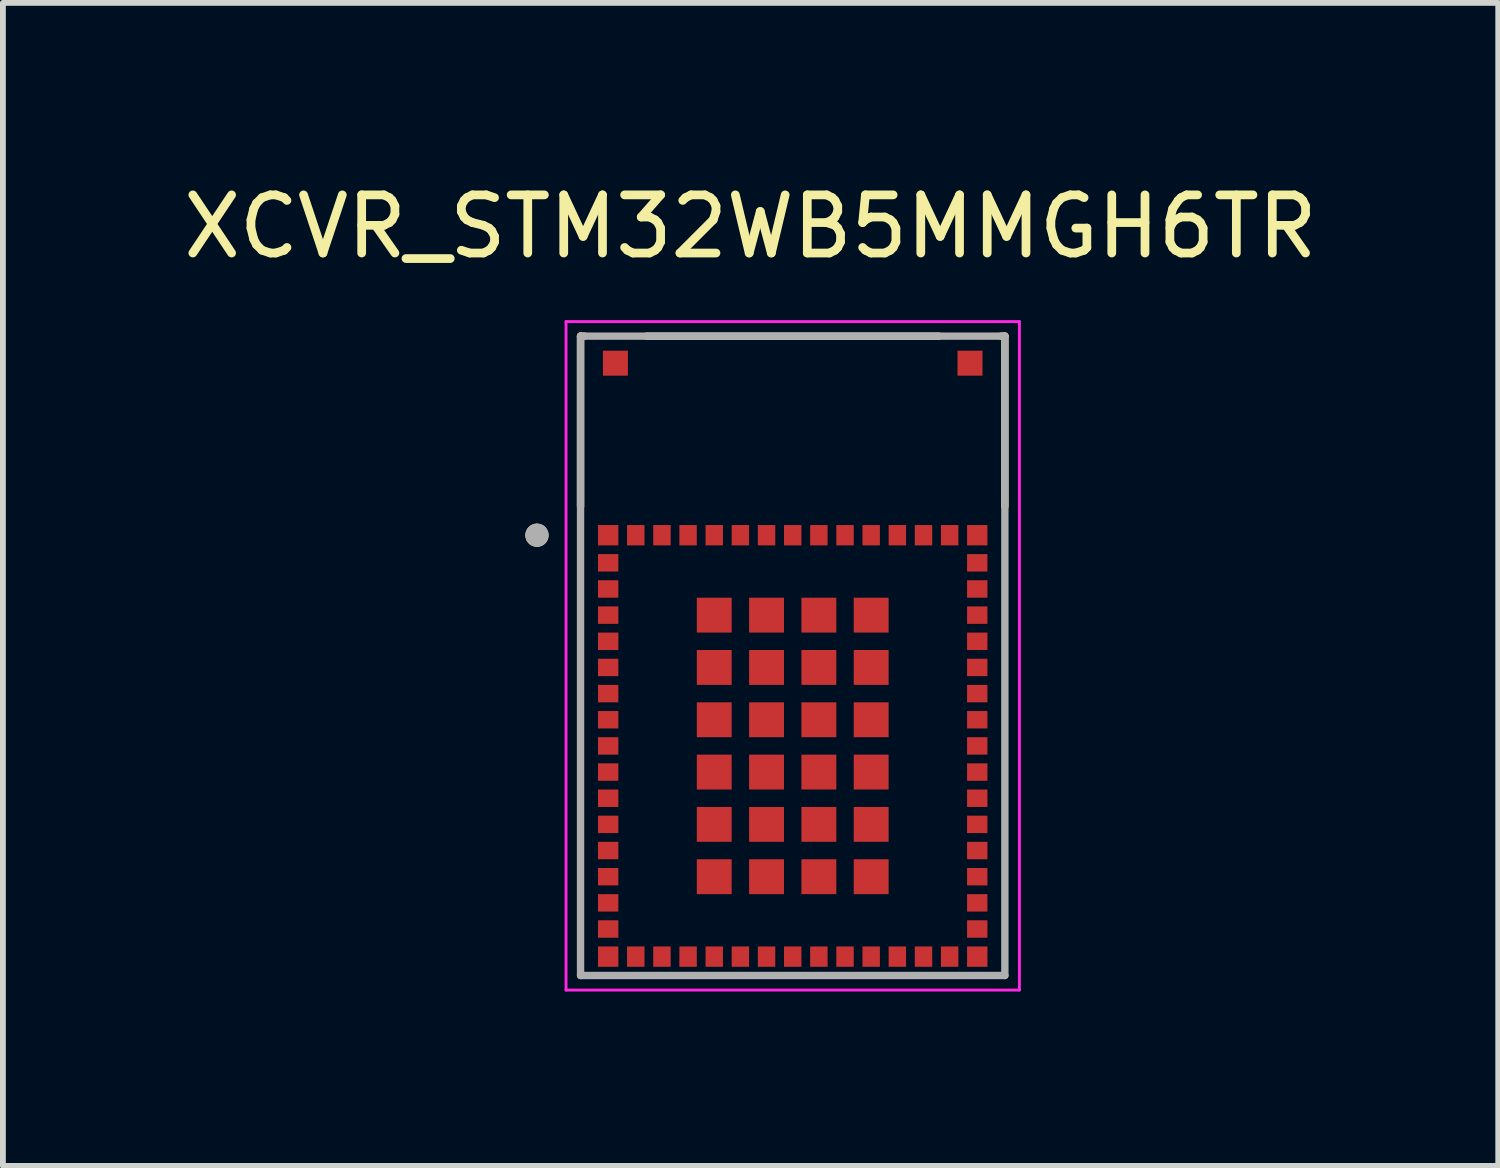
<source format=kicad_pcb>
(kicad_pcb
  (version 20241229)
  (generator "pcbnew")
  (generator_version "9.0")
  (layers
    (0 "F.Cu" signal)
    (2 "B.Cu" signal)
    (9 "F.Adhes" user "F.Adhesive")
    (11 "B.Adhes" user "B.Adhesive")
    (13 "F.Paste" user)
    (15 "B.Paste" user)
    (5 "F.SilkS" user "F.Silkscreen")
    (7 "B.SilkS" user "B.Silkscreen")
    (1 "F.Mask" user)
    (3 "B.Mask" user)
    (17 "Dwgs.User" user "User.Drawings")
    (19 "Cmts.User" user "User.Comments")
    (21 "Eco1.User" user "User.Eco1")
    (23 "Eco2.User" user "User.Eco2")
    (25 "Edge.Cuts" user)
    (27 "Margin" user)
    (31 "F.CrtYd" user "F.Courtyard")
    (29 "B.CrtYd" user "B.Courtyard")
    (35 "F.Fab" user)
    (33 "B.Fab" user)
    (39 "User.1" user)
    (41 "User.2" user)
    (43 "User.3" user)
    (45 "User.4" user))
  (footprint "XCVR_STM32WB5MMGH6TR"
    (layer "F.Cu")
    (at 10.588 8.233)
    (property "Reference" "XCVR_STM32WB5MMGH6TR" (at -0.725 -7.385 0) (layer "F.SilkS") (effects (font (size 1 1) (thickness 0.15))))
    (attr smd)
    (fp_poly (pts (xy -3.4 -2.3) (xy -2.95 -2.3) (xy -2.95 -1.85) (xy -3.4 -1.85)) (stroke (width 0.01) (type solid)) (fill yes) (layer "F.Mask"))
    (fp_poly (pts (xy -3.4 -1.8) (xy -2.95 -1.8) (xy -2.95 -1.4) (xy -3.4 -1.4)) (stroke (width 0.01) (type solid)) (fill yes) (layer "F.Mask"))
    (fp_poly (pts (xy -3.4 -1.35) (xy -2.95 -1.35) (xy -2.95 -0.95) (xy -3.4 -0.95)) (stroke (width 0.01) (type solid)) (fill yes) (layer "F.Mask"))
    (fp_poly (pts (xy -3.4 -0.9) (xy -2.95 -0.9) (xy -2.95 -0.5) (xy -3.4 -0.5)) (stroke (width 0.01) (type solid)) (fill yes) (layer "F.Mask"))
    (fp_poly (pts (xy -3.4 -0.45) (xy -2.95 -0.45) (xy -2.95 -0.05) (xy -3.4 -0.05)) (stroke (width 0.01) (type solid)) (fill yes) (layer "F.Mask"))
    (fp_poly (pts (xy -3.4 0) (xy -2.95 0) (xy -2.95 0.4) (xy -3.4 0.4)) (stroke (width 0.01) (type solid)) (fill yes) (layer "F.Mask"))
    (fp_poly (pts (xy -3.4 0.45) (xy -2.95 0.45) (xy -2.95 0.85) (xy -3.4 0.85)) (stroke (width 0.01) (type solid)) (fill yes) (layer "F.Mask"))
    (fp_poly (pts (xy -3.4 0.9) (xy -2.95 0.9) (xy -2.95 1.3) (xy -3.4 1.3)) (stroke (width 0.01) (type solid)) (fill yes) (layer "F.Mask"))
    (fp_poly (pts (xy -3.4 1.35) (xy -2.95 1.35) (xy -2.95 1.75) (xy -3.4 1.75)) (stroke (width 0.01) (type solid)) (fill yes) (layer "F.Mask"))
    (fp_poly (pts (xy -3.4 1.8) (xy -2.95 1.8) (xy -2.95 2.2) (xy -3.4 2.2)) (stroke (width 0.01) (type solid)) (fill yes) (layer "F.Mask"))
    (fp_poly (pts (xy -3.4 2.25) (xy -2.95 2.25) (xy -2.95 2.65) (xy -3.4 2.65)) (stroke (width 0.01) (type solid)) (fill yes) (layer "F.Mask"))
    (fp_poly (pts (xy -3.4 2.7) (xy -2.95 2.7) (xy -2.95 3.1) (xy -3.4 3.1)) (stroke (width 0.01) (type solid)) (fill yes) (layer "F.Mask"))
    (fp_poly (pts (xy -3.4 3.15) (xy -2.95 3.15) (xy -2.95 3.55) (xy -3.4 3.55)) (stroke (width 0.01) (type solid)) (fill yes) (layer "F.Mask"))
    (fp_poly (pts (xy -3.4 3.6) (xy -2.95 3.6) (xy -2.95 4) (xy -3.4 4)) (stroke (width 0.01) (type solid)) (fill yes) (layer "F.Mask"))
    (fp_poly (pts (xy -3.4 4.05) (xy -2.95 4.05) (xy -2.95 4.45) (xy -3.4 4.45)) (stroke (width 0.01) (type solid)) (fill yes) (layer "F.Mask"))
    (fp_poly (pts (xy -3.4 4.5) (xy -2.95 4.5) (xy -2.95 4.9) (xy -3.4 4.9)) (stroke (width 0.01) (type solid)) (fill yes) (layer "F.Mask"))
    (fp_poly (pts (xy -3.4 4.95) (xy -2.95 4.95) (xy -2.95 5.4) (xy -3.4 5.4)) (stroke (width 0.01) (type solid)) (fill yes) (layer "F.Mask"))
    (fp_poly (pts (xy -3.315 -5.3) (xy -2.785 -5.3) (xy -2.785 -4.77) (xy -3.315 -4.77)) (stroke (width 0.01) (type solid)) (fill yes) (layer "F.Mask"))
    (fp_poly (pts (xy -2.9 -2.3) (xy -2.5 -2.3) (xy -2.5 -1.85) (xy -2.9 -1.85)) (stroke (width 0.01) (type solid)) (fill yes) (layer "F.Mask"))
    (fp_poly (pts (xy -2.9 4.95) (xy -2.5 4.95) (xy -2.5 5.4) (xy -2.9 5.4)) (stroke (width 0.01) (type solid)) (fill yes) (layer "F.Mask"))
    (fp_poly (pts (xy -2.45 -2.3) (xy -2.05 -2.3) (xy -2.05 -1.85) (xy -2.45 -1.85)) (stroke (width 0.01) (type solid)) (fill yes) (layer "F.Mask"))
    (fp_poly (pts (xy -2.45 4.95) (xy -2.05 4.95) (xy -2.05 5.4) (xy -2.45 5.4)) (stroke (width 0.01) (type solid)) (fill yes) (layer "F.Mask"))
    (fp_poly (pts (xy -2 -2.3) (xy -1.6 -2.3) (xy -1.6 -1.85) (xy -2 -1.85)) (stroke (width 0.01) (type solid)) (fill yes) (layer "F.Mask"))
    (fp_poly (pts (xy -2 4.95) (xy -1.6 4.95) (xy -1.6 5.4) (xy -2 5.4)) (stroke (width 0.01) (type solid)) (fill yes) (layer "F.Mask"))
    (fp_poly (pts (xy -1.7 -1.05) (xy -1 -1.05) (xy -1 -0.35) (xy -1.7 -0.35)) (stroke (width 0.01) (type solid)) (fill yes) (layer "F.Mask"))
    (fp_poly (pts (xy -1.7 -0.15) (xy -1 -0.15) (xy -1 0.55) (xy -1.7 0.55)) (stroke (width 0.01) (type solid)) (fill yes) (layer "F.Mask"))
    (fp_poly (pts (xy -1.7 0.75) (xy -1 0.75) (xy -1 1.45) (xy -1.7 1.45)) (stroke (width 0.01) (type solid)) (fill yes) (layer "F.Mask"))
    (fp_poly (pts (xy -1.7 1.65) (xy -1 1.65) (xy -1 2.35) (xy -1.7 2.35)) (stroke (width 0.01) (type solid)) (fill yes) (layer "F.Mask"))
    (fp_poly (pts (xy -1.7 2.55) (xy -1 2.55) (xy -1 3.25) (xy -1.7 3.25)) (stroke (width 0.01) (type solid)) (fill yes) (layer "F.Mask"))
    (fp_poly (pts (xy -1.7 3.45) (xy -1 3.45) (xy -1 4.15) (xy -1.7 4.15)) (stroke (width 0.01) (type solid)) (fill yes) (layer "F.Mask"))
    (fp_poly (pts (xy -1.55 -2.3) (xy -1.15 -2.3) (xy -1.15 -1.85) (xy -1.55 -1.85)) (stroke (width 0.01) (type solid)) (fill yes) (layer "F.Mask"))
    (fp_poly (pts (xy -1.55 4.95) (xy -1.15 4.95) (xy -1.15 5.4) (xy -1.55 5.4)) (stroke (width 0.01) (type solid)) (fill yes) (layer "F.Mask"))
    (fp_poly (pts (xy -1.1 -2.3) (xy -0.7 -2.3) (xy -0.7 -1.85) (xy -1.1 -1.85)) (stroke (width 0.01) (type solid)) (fill yes) (layer "F.Mask"))
    (fp_poly (pts (xy -1.1 4.95) (xy -0.7 4.95) (xy -0.7 5.4) (xy -1.1 5.4)) (stroke (width 0.01) (type solid)) (fill yes) (layer "F.Mask"))
    (fp_poly (pts (xy -0.8 -1.05) (xy -0.1 -1.05) (xy -0.1 -0.35) (xy -0.8 -0.35)) (stroke (width 0.01) (type solid)) (fill yes) (layer "F.Mask"))
    (fp_poly (pts (xy -0.8 -0.15) (xy -0.1 -0.15) (xy -0.1 0.55) (xy -0.8 0.55)) (stroke (width 0.01) (type solid)) (fill yes) (layer "F.Mask"))
    (fp_poly (pts (xy -0.8 0.75) (xy -0.1 0.75) (xy -0.1 1.45) (xy -0.8 1.45)) (stroke (width 0.01) (type solid)) (fill yes) (layer "F.Mask"))
    (fp_poly (pts (xy -0.8 1.65) (xy -0.1 1.65) (xy -0.1 2.35) (xy -0.8 2.35)) (stroke (width 0.01) (type solid)) (fill yes) (layer "F.Mask"))
    (fp_poly (pts (xy -0.8 2.55) (xy -0.1 2.55) (xy -0.1 3.25) (xy -0.8 3.25)) (stroke (width 0.01) (type solid)) (fill yes) (layer "F.Mask"))
    (fp_poly (pts (xy -0.8 3.45) (xy -0.1 3.45) (xy -0.1 4.15) (xy -0.8 4.15)) (stroke (width 0.01) (type solid)) (fill yes) (layer "F.Mask"))
    (fp_poly (pts (xy -0.65 -2.3) (xy -0.25 -2.3) (xy -0.25 -1.85) (xy -0.65 -1.85)) (stroke (width 0.01) (type solid)) (fill yes) (layer "F.Mask"))
    (fp_poly (pts (xy -0.65 4.95) (xy -0.25 4.95) (xy -0.25 5.4) (xy -0.65 5.4)) (stroke (width 0.01) (type solid)) (fill yes) (layer "F.Mask"))
    (fp_poly (pts (xy -0.2 -2.3) (xy 0.2 -2.3) (xy 0.2 -1.85) (xy -0.2 -1.85)) (stroke (width 0.01) (type solid)) (fill yes) (layer "F.Mask"))
    (fp_poly (pts (xy -0.2 4.95) (xy 0.2 4.95) (xy 0.2 5.4) (xy -0.2 5.4)) (stroke (width 0.01) (type solid)) (fill yes) (layer "F.Mask"))
    (fp_poly (pts (xy 0.1 -1.05) (xy 0.8 -1.05) (xy 0.8 -0.35) (xy 0.1 -0.35)) (stroke (width 0.01) (type solid)) (fill yes) (layer "F.Mask"))
    (fp_poly (pts (xy 0.1 -0.15) (xy 0.8 -0.15) (xy 0.8 0.55) (xy 0.1 0.55)) (stroke (width 0.01) (type solid)) (fill yes) (layer "F.Mask"))
    (fp_poly (pts (xy 0.1 0.75) (xy 0.8 0.75) (xy 0.8 1.45) (xy 0.1 1.45)) (stroke (width 0.01) (type solid)) (fill yes) (layer "F.Mask"))
    (fp_poly (pts (xy 0.1 1.65) (xy 0.8 1.65) (xy 0.8 2.35) (xy 0.1 2.35)) (stroke (width 0.01) (type solid)) (fill yes) (layer "F.Mask"))
    (fp_poly (pts (xy 0.1 2.55) (xy 0.8 2.55) (xy 0.8 3.25) (xy 0.1 3.25)) (stroke (width 0.01) (type solid)) (fill yes) (layer "F.Mask"))
    (fp_poly (pts (xy 0.1 3.45) (xy 0.8 3.45) (xy 0.8 4.15) (xy 0.1 4.15)) (stroke (width 0.01) (type solid)) (fill yes) (layer "F.Mask"))
    (fp_poly (pts (xy 0.25 -2.3) (xy 0.65 -2.3) (xy 0.65 -1.85) (xy 0.25 -1.85)) (stroke (width 0.01) (type solid)) (fill yes) (layer "F.Mask"))
    (fp_poly (pts (xy 0.25 4.95) (xy 0.65 4.95) (xy 0.65 5.4) (xy 0.25 5.4)) (stroke (width 0.01) (type solid)) (fill yes) (layer "F.Mask"))
    (fp_poly (pts (xy 0.7 -2.3) (xy 1.1 -2.3) (xy 1.1 -1.85) (xy 0.7 -1.85)) (stroke (width 0.01) (type solid)) (fill yes) (layer "F.Mask"))
    (fp_poly (pts (xy 0.7 4.95) (xy 1.1 4.95) (xy 1.1 5.4) (xy 0.7 5.4)) (stroke (width 0.01) (type solid)) (fill yes) (layer "F.Mask"))
    (fp_poly (pts (xy 1 -1.05) (xy 1.7 -1.05) (xy 1.7 -0.35) (xy 1 -0.35)) (stroke (width 0.01) (type solid)) (fill yes) (layer "F.Mask"))
    (fp_poly (pts (xy 1 -0.15) (xy 1.7 -0.15) (xy 1.7 0.55) (xy 1 0.55)) (stroke (width 0.01) (type solid)) (fill yes) (layer "F.Mask"))
    (fp_poly (pts (xy 1 0.75) (xy 1.7 0.75) (xy 1.7 1.45) (xy 1 1.45)) (stroke (width 0.01) (type solid)) (fill yes) (layer "F.Mask"))
    (fp_poly (pts (xy 1 1.65) (xy 1.7 1.65) (xy 1.7 2.35) (xy 1 2.35)) (stroke (width 0.01) (type solid)) (fill yes) (layer "F.Mask"))
    (fp_poly (pts (xy 1 2.55) (xy 1.7 2.55) (xy 1.7 3.25) (xy 1 3.25)) (stroke (width 0.01) (type solid)) (fill yes) (layer "F.Mask"))
    (fp_poly (pts (xy 1 3.45) (xy 1.7 3.45) (xy 1.7 4.15) (xy 1 4.15)) (stroke (width 0.01) (type solid)) (fill yes) (layer "F.Mask"))
    (fp_poly (pts (xy 1.15 -2.3) (xy 1.55 -2.3) (xy 1.55 -1.85) (xy 1.15 -1.85)) (stroke (width 0.01) (type solid)) (fill yes) (layer "F.Mask"))
    (fp_poly (pts (xy 1.15 4.95) (xy 1.55 4.95) (xy 1.55 5.4) (xy 1.15 5.4)) (stroke (width 0.01) (type solid)) (fill yes) (layer "F.Mask"))
    (fp_poly (pts (xy 1.6 -2.3) (xy 2 -2.3) (xy 2 -1.85) (xy 1.6 -1.85)) (stroke (width 0.01) (type solid)) (fill yes) (layer "F.Mask"))
    (fp_poly (pts (xy 1.6 4.95) (xy 2 4.95) (xy 2 5.4) (xy 1.6 5.4)) (stroke (width 0.01) (type solid)) (fill yes) (layer "F.Mask"))
    (fp_poly (pts (xy 2.05 -2.3) (xy 2.45 -2.3) (xy 2.45 -1.85) (xy 2.05 -1.85)) (stroke (width 0.01) (type solid)) (fill yes) (layer "F.Mask"))
    (fp_poly (pts (xy 2.05 4.95) (xy 2.45 4.95) (xy 2.45 5.4) (xy 2.05 5.4)) (stroke (width 0.01) (type solid)) (fill yes) (layer "F.Mask"))
    (fp_poly (pts (xy 2.5 -2.3) (xy 2.9 -2.3) (xy 2.9 -1.85) (xy 2.5 -1.85)) (stroke (width 0.01) (type solid)) (fill yes) (layer "F.Mask"))
    (fp_poly (pts (xy 2.5 4.95) (xy 2.9 4.95) (xy 2.9 5.4) (xy 2.5 5.4)) (stroke (width 0.01) (type solid)) (fill yes) (layer "F.Mask"))
    (fp_poly (pts (xy 2.785 -5.3) (xy 3.315 -5.3) (xy 3.315 -4.77) (xy 2.785 -4.77)) (stroke (width 0.01) (type solid)) (fill yes) (layer "F.Mask"))
    (fp_poly (pts (xy 2.95 -2.3) (xy 3.4 -2.3) (xy 3.4 -1.85) (xy 2.95 -1.85)) (stroke (width 0.01) (type solid)) (fill yes) (layer "F.Mask"))
    (fp_poly (pts (xy 2.95 -1.8) (xy 3.4 -1.8) (xy 3.4 -1.4) (xy 2.95 -1.4)) (stroke (width 0.01) (type solid)) (fill yes) (layer "F.Mask"))
    (fp_poly (pts (xy 2.95 -1.35) (xy 3.4 -1.35) (xy 3.4 -0.95) (xy 2.95 -0.95)) (stroke (width 0.01) (type solid)) (fill yes) (layer "F.Mask"))
    (fp_poly (pts (xy 2.95 -0.9) (xy 3.4 -0.9) (xy 3.4 -0.5) (xy 2.95 -0.5)) (stroke (width 0.01) (type solid)) (fill yes) (layer "F.Mask"))
    (fp_poly (pts (xy 2.95 -0.45) (xy 3.4 -0.45) (xy 3.4 -0.05) (xy 2.95 -0.05)) (stroke (width 0.01) (type solid)) (fill yes) (layer "F.Mask"))
    (fp_poly (pts (xy 2.95 0) (xy 3.4 0) (xy 3.4 0.4) (xy 2.95 0.4)) (stroke (width 0.01) (type solid)) (fill yes) (layer "F.Mask"))
    (fp_poly (pts (xy 2.95 0.45) (xy 3.4 0.45) (xy 3.4 0.85) (xy 2.95 0.85)) (stroke (width 0.01) (type solid)) (fill yes) (layer "F.Mask"))
    (fp_poly (pts (xy 2.95 0.9) (xy 3.4 0.9) (xy 3.4 1.3) (xy 2.95 1.3)) (stroke (width 0.01) (type solid)) (fill yes) (layer "F.Mask"))
    (fp_poly (pts (xy 2.95 1.35) (xy 3.4 1.35) (xy 3.4 1.75) (xy 2.95 1.75)) (stroke (width 0.01) (type solid)) (fill yes) (layer "F.Mask"))
    (fp_poly (pts (xy 2.95 1.8) (xy 3.4 1.8) (xy 3.4 2.2) (xy 2.95 2.2)) (stroke (width 0.01) (type solid)) (fill yes) (layer "F.Mask"))
    (fp_poly (pts (xy 2.95 2.25) (xy 3.4 2.25) (xy 3.4 2.65) (xy 2.95 2.65)) (stroke (width 0.01) (type solid)) (fill yes) (layer "F.Mask"))
    (fp_poly (pts (xy 2.95 2.7) (xy 3.4 2.7) (xy 3.4 3.1) (xy 2.95 3.1)) (stroke (width 0.01) (type solid)) (fill yes) (layer "F.Mask"))
    (fp_poly (pts (xy 2.95 3.15) (xy 3.4 3.15) (xy 3.4 3.55) (xy 2.95 3.55)) (stroke (width 0.01) (type solid)) (fill yes) (layer "F.Mask"))
    (fp_poly (pts (xy 2.95 3.6) (xy 3.4 3.6) (xy 3.4 4) (xy 2.95 4)) (stroke (width 0.01) (type solid)) (fill yes) (layer "F.Mask"))
    (fp_poly (pts (xy 2.95 4.05) (xy 3.4 4.05) (xy 3.4 4.45) (xy 2.95 4.45)) (stroke (width 0.01) (type solid)) (fill yes) (layer "F.Mask"))
    (fp_poly (pts (xy 2.95 4.5) (xy 3.4 4.5) (xy 3.4 4.9) (xy 2.95 4.9)) (stroke (width 0.01) (type solid)) (fill yes) (layer "F.Mask"))
    (fp_poly (pts (xy 2.95 4.95) (xy 3.4 4.95) (xy 3.4 5.4) (xy 2.95 5.4)) (stroke (width 0.01) (type solid)) (fill yes) (layer "F.Mask"))
    (fp_line (start -3.65 -5.5) (end -3.65 -2.57) (stroke (width 0.127) (type solid)) (layer "F.SilkS"))
    (fp_line (start -3.65 -5.5) (end -3.585 -5.5) (stroke (width 0.127) (type solid)) (layer "F.SilkS"))
    (fp_line (start -2.515 -5.5) (end 2.515 -5.5) (stroke (width 0.127) (type solid)) (layer "F.SilkS"))
    (fp_line (start 3.585 -5.5) (end 3.65 -5.5) (stroke (width 0.127) (type solid)) (layer "F.SilkS"))
    (fp_line (start 3.65 -5.5) (end 3.65 -2.57) (stroke (width 0.127) (type solid)) (layer "F.SilkS"))
    (fp_circle (center -4.4 -2.075) (end -4.3 -2.075) (stroke (width 0.2) (type solid)) (fill no) (layer "F.SilkS"))
    (fp_line (start -3.9 -5.75) (end -3.9 5.75) (stroke (width 0.05) (type solid)) (layer "F.CrtYd"))
    (fp_line (start -3.9 5.75) (end 3.9 5.75) (stroke (width 0.05) (type solid)) (layer "F.CrtYd"))
    (fp_line (start 3.9 -5.75) (end -3.9 -5.75) (stroke (width 0.05) (type solid)) (layer "F.CrtYd"))
    (fp_line (start 3.9 5.75) (end 3.9 -5.75) (stroke (width 0.05) (type solid)) (layer "F.CrtYd"))
    (fp_line (start -3.65 -5.5) (end -3.65 5.5) (stroke (width 0.127) (type solid)) (layer "F.Fab"))
    (fp_line (start -3.65 -5.5) (end 3.65 -5.5) (stroke (width 0.127) (type solid)) (layer "F.Fab"))
    (fp_line (start -3.65 5.5) (end 3.65 5.5) (stroke (width 0.127) (type solid)) (layer "F.Fab"))
    (fp_line (start 3.65 -5.5) (end 3.65 5.5) (stroke (width 0.127) (type solid)) (layer "F.Fab"))
    (fp_circle (center -4.4 -2.075) (end -4.3 -2.075) (stroke (width 0.2) (type solid)) (fill no) (layer "F.Fab"))
    (pad "1" smd rect (at -3.175 -2.075) (size 0.35 0.35) (layers "F.Cu" "F.Paste"))
    (pad "2" smd rect (at -3.175 -1.6) (size 0.35 0.3) (layers "F.Cu" "F.Paste"))
    (pad "3" smd rect (at -3.175 -1.15) (size 0.35 0.3) (layers "F.Cu" "F.Paste"))
    (pad "4" smd rect (at -3.175 -0.7) (size 0.35 0.3) (layers "F.Cu" "F.Paste"))
    (pad "5" smd rect (at -3.175 -0.25) (size 0.35 0.3) (layers "F.Cu" "F.Paste"))
    (pad "6" smd rect (at -3.175 0.2) (size 0.35 0.3) (layers "F.Cu" "F.Paste"))
    (pad "7" smd rect (at -3.175 0.65) (size 0.35 0.3) (layers "F.Cu" "F.Paste"))
    (pad "8" smd rect (at -3.175 1.1) (size 0.35 0.3) (layers "F.Cu" "F.Paste"))
    (pad "9" smd rect (at -3.175 1.55) (size 0.35 0.3) (layers "F.Cu" "F.Paste"))
    (pad "10" smd rect (at -3.175 2) (size 0.35 0.3) (layers "F.Cu" "F.Paste"))
    (pad "11" smd rect (at -3.175 2.45) (size 0.35 0.3) (layers "F.Cu" "F.Paste"))
    (pad "12" smd rect (at -3.175 2.9) (size 0.35 0.3) (layers "F.Cu" "F.Paste"))
    (pad "13" smd rect (at -3.175 3.35) (size 0.35 0.3) (layers "F.Cu" "F.Paste"))
    (pad "14" smd rect (at -3.175 3.8) (size 0.35 0.3) (layers "F.Cu" "F.Paste"))
    (pad "15" smd rect (at -3.175 4.25) (size 0.35 0.3) (layers "F.Cu" "F.Paste"))
    (pad "16" smd rect (at -3.175 4.7) (size 0.35 0.3) (layers "F.Cu" "F.Paste"))
    (pad "17" smd rect (at -3.175 5.175) (size 0.35 0.35) (layers "F.Cu" "F.Paste"))
    (pad "18" smd rect (at -2.7 5.175) (size 0.3 0.35) (layers "F.Cu" "F.Paste"))
    (pad "19" smd rect (at -2.25 5.175) (size 0.3 0.35) (layers "F.Cu" "F.Paste"))
    (pad "20" smd rect (at -1.8 5.175) (size 0.3 0.35) (layers "F.Cu" "F.Paste"))
    (pad "21" smd rect (at -1.35 5.175) (size 0.3 0.35) (layers "F.Cu" "F.Paste"))
    (pad "22" smd rect (at -0.9 5.175) (size 0.3 0.35) (layers "F.Cu" "F.Paste"))
    (pad "23" smd rect (at -0.45 5.175) (size 0.3 0.35) (layers "F.Cu" "F.Paste"))
    (pad "24" smd rect (at 0 5.175) (size 0.3 0.35) (layers "F.Cu" "F.Paste"))
    (pad "25" smd rect (at 0.45 5.175) (size 0.3 0.35) (layers "F.Cu" "F.Paste"))
    (pad "26" smd rect (at 0.9 5.175) (size 0.3 0.35) (layers "F.Cu" "F.Paste"))
    (pad "27" smd rect (at 1.35 5.175) (size 0.3 0.35) (layers "F.Cu" "F.Paste"))
    (pad "28" smd rect (at 1.8 5.175) (size 0.3 0.35) (layers "F.Cu" "F.Paste"))
    (pad "29" smd rect (at 2.25 5.175) (size 0.3 0.35) (layers "F.Cu" "F.Paste"))
    (pad "30" smd rect (at 2.7 5.175) (size 0.3 0.35) (layers "F.Cu" "F.Paste"))
    (pad "31" smd rect (at 3.175 5.175) (size 0.35 0.35) (layers "F.Cu" "F.Paste"))
    (pad "32" smd rect (at 3.175 4.7) (size 0.35 0.3) (layers "F.Cu" "F.Paste"))
    (pad "33" smd rect (at 3.175 4.25) (size 0.35 0.3) (layers "F.Cu" "F.Paste"))
    (pad "34" smd rect (at 3.175 3.8) (size 0.35 0.3) (layers "F.Cu" "F.Paste"))
    (pad "35" smd rect (at 3.175 3.35) (size 0.35 0.3) (layers "F.Cu" "F.Paste"))
    (pad "36" smd rect (at 3.175 2.9) (size 0.35 0.3) (layers "F.Cu" "F.Paste"))
    (pad "37" smd rect (at 3.175 2.45) (size 0.35 0.3) (layers "F.Cu" "F.Paste"))
    (pad "38" smd rect (at 3.175 2) (size 0.35 0.3) (layers "F.Cu" "F.Paste"))
    (pad "39" smd rect (at 3.175 1.55) (size 0.35 0.3) (layers "F.Cu" "F.Paste"))
    (pad "40" smd rect (at 3.175 1.1) (size 0.35 0.3) (layers "F.Cu" "F.Paste"))
    (pad "41" smd rect (at 3.175 0.65) (size 0.35 0.3) (layers "F.Cu" "F.Paste"))
    (pad "42" smd rect (at 3.175 0.2) (size 0.35 0.3) (layers "F.Cu" "F.Paste"))
    (pad "43" smd rect (at 3.175 -0.25) (size 0.35 0.3) (layers "F.Cu" "F.Paste"))
    (pad "44" smd rect (at 3.175 -0.7) (size 0.35 0.3) (layers "F.Cu" "F.Paste"))
    (pad "45" smd rect (at 3.175 -1.15) (size 0.35 0.3) (layers "F.Cu" "F.Paste"))
    (pad "46" smd rect (at 3.175 -1.6) (size 0.35 0.3) (layers "F.Cu" "F.Paste"))
    (pad "47" smd rect (at 3.175 -2.075) (size 0.35 0.35) (layers "F.Cu" "F.Paste"))
    (pad "48" smd rect (at 2.7 -2.075) (size 0.3 0.35) (layers "F.Cu" "F.Paste"))
    (pad "49" smd rect (at 2.25 -2.075) (size 0.3 0.35) (layers "F.Cu" "F.Paste"))
    (pad "50" smd rect (at 1.8 -2.075) (size 0.3 0.35) (layers "F.Cu" "F.Paste"))
    (pad "51" smd rect (at 1.35 -2.075) (size 0.3 0.35) (layers "F.Cu" "F.Paste"))
    (pad "52" smd rect (at 0.9 -2.075) (size 0.3 0.35) (layers "F.Cu" "F.Paste"))
    (pad "53" smd rect (at 0.45 -2.075) (size 0.3 0.35) (layers "F.Cu" "F.Paste"))
    (pad "54" smd rect (at 0 -2.075) (size 0.3 0.35) (layers "F.Cu" "F.Paste"))
    (pad "55" smd rect (at -0.45 -2.075) (size 0.3 0.35) (layers "F.Cu" "F.Paste"))
    (pad "56" smd rect (at -0.9 -2.075) (size 0.3 0.35) (layers "F.Cu" "F.Paste"))
    (pad "57" smd rect (at -1.35 -2.075) (size 0.3 0.35) (layers "F.Cu" "F.Paste"))
    (pad "58" smd rect (at -1.8 -2.075) (size 0.3 0.35) (layers "F.Cu" "F.Paste"))
    (pad "59" smd rect (at -2.25 -2.075) (size 0.3 0.35) (layers "F.Cu" "F.Paste"))
    (pad "60" smd rect (at -2.7 -2.075) (size 0.3 0.35) (layers "F.Cu" "F.Paste"))
    (pad "61" smd rect (at -1.35 -0.7) (size 0.6 0.6) (layers "F.Cu" "F.Paste"))
    (pad "62" smd rect (at -1.35 0.2) (size 0.6 0.6) (layers "F.Cu" "F.Paste"))
    (pad "63" smd rect (at -1.35 1.1) (size 0.6 0.6) (layers "F.Cu" "F.Paste"))
    (pad "64" smd rect (at -1.35 2) (size 0.6 0.6) (layers "F.Cu" "F.Paste"))
    (pad "65" smd rect (at -1.35 2.9) (size 0.6 0.6) (layers "F.Cu" "F.Paste"))
    (pad "66" smd rect (at -1.35 3.8) (size 0.6 0.6) (layers "F.Cu" "F.Paste"))
    (pad "67" smd rect (at -0.45 3.8) (size 0.6 0.6) (layers "F.Cu" "F.Paste"))
    (pad "68" smd rect (at 0.45 3.8) (size 0.6 0.6) (layers "F.Cu" "F.Paste"))
    (pad "69" smd rect (at 1.35 3.8) (size 0.6 0.6) (layers "F.Cu" "F.Paste"))
    (pad "70" smd rect (at 1.35 2.9) (size 0.6 0.6) (layers "F.Cu" "F.Paste"))
    (pad "71" smd rect (at 1.35 2) (size 0.6 0.6) (layers "F.Cu" "F.Paste"))
    (pad "72" smd rect (at 1.35 1.1) (size 0.6 0.6) (layers "F.Cu" "F.Paste"))
    (pad "73" smd rect (at 1.35 0.2) (size 0.6 0.6) (layers "F.Cu" "F.Paste"))
    (pad "74" smd rect (at 1.35 -0.7) (size 0.6 0.6) (layers "F.Cu" "F.Paste"))
    (pad "75" smd rect (at 0.45 -0.7) (size 0.6 0.6) (layers "F.Cu" "F.Paste"))
    (pad "76" smd rect (at -0.45 -0.7) (size 0.6 0.6) (layers "F.Cu" "F.Paste"))
    (pad "77" smd rect (at -0.45 0.2) (size 0.6 0.6) (layers "F.Cu" "F.Paste"))
    (pad "78" smd rect (at -0.45 1.1) (size 0.6 0.6) (layers "F.Cu" "F.Paste"))
    (pad "79" smd rect (at -0.45 2) (size 0.6 0.6) (layers "F.Cu" "F.Paste"))
    (pad "80" smd rect (at -0.45 2.9) (size 0.6 0.6) (layers "F.Cu" "F.Paste"))
    (pad "81" smd rect (at 0.45 2.9) (size 0.6 0.6) (layers "F.Cu" "F.Paste"))
    (pad "82" smd rect (at 0.45 2) (size 0.6 0.6) (layers "F.Cu" "F.Paste"))
    (pad "83" smd rect (at 0.45 1.1) (size 0.6 0.6) (layers "F.Cu" "F.Paste"))
    (pad "84" smd rect (at 0.45 0.2) (size 0.6 0.6) (layers "F.Cu" "F.Paste"))
    (pad "85" smd rect (at -3.05 -5.035) (size 0.43 0.43) (layers "F.Cu" "F.Paste"))
    (pad "86" smd rect (at 3.05 -5.035) (size 0.43 0.43) (layers "F.Cu" "F.Paste")))
  (gr_rect
    (start -3 -3)
    (end 22.726 17.008)
    (stroke (width 0.1) (type default))
    (fill no)
    (layer "Edge.Cuts")))
</source>
